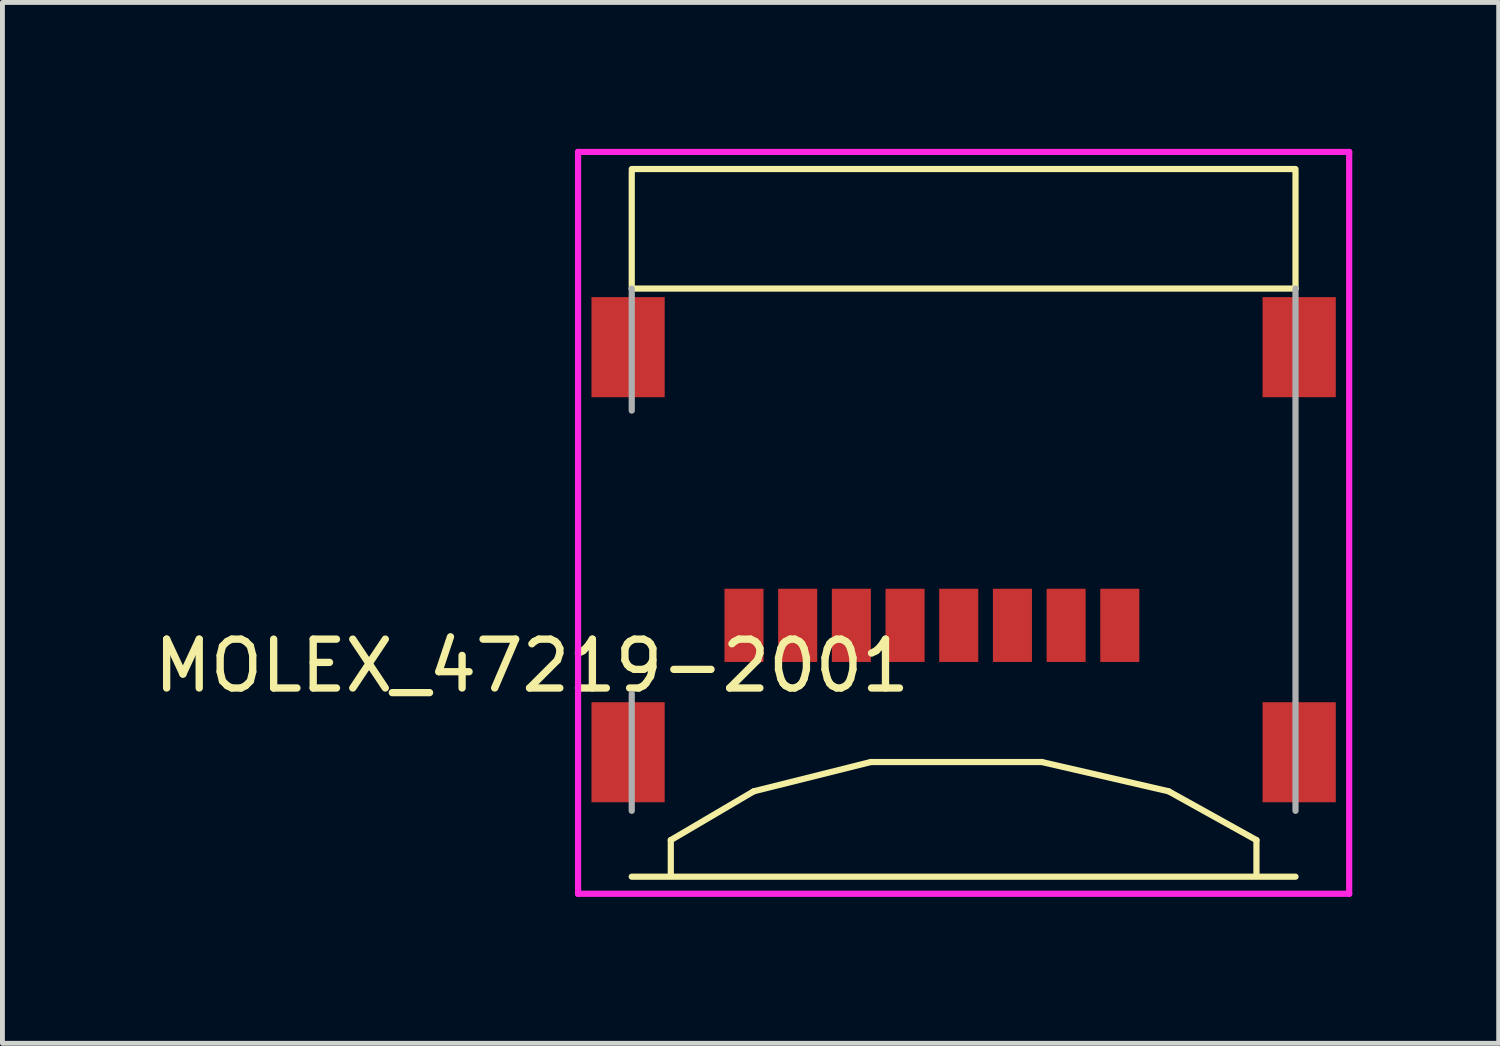
<source format=kicad_pcb>
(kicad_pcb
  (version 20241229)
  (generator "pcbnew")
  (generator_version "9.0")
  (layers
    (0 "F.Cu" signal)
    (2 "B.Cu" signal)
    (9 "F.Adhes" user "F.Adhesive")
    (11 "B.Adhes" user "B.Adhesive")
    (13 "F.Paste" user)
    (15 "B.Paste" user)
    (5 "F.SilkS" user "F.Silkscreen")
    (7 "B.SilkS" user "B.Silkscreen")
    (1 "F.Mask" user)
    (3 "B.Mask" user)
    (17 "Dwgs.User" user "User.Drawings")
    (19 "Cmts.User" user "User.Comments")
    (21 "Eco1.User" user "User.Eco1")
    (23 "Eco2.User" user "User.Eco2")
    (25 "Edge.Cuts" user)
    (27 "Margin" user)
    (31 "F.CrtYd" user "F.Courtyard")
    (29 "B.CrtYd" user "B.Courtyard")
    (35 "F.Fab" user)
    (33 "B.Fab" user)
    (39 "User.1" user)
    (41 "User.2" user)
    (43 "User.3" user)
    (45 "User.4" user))
  (footprint "MOLEX_47219-2001"
    (layer "F.Cu")
    (at 16.694 7.663)
    (property "Reference" "MOLEX_47219-2001" (at -8.846 2.928 180) (layer "F.SilkS") (effects (font (size 1.001 1.001) (thickness 0.15))))
    (attr smd)
    (fp_line (start -6.8 -7.25) (end 6.8 -7.25) (stroke (width 0.127) (type solid)) (layer "F.SilkS"))
    (fp_line (start -6.8 -7.2) (end -6.8 -4.8) (stroke (width 0.127) (type solid)) (layer "F.SilkS"))
    (fp_line (start -6.8 -4.8) (end 6.8 -4.8) (stroke (width 0.127) (type solid)) (layer "F.SilkS"))
    (fp_line (start -6.8 7.25) (end 6.8 7.25) (stroke (width 0.127) (type solid)) (layer "F.SilkS"))
    (fp_line (start -6 6.5) (end -4.3 5.5) (stroke (width 0.127) (type solid)) (layer "F.SilkS"))
    (fp_line (start -6 7.2) (end -6 6.5) (stroke (width 0.127) (type solid)) (layer "F.SilkS"))
    (fp_line (start -4.3 5.5) (end -1.9 4.9) (stroke (width 0.127) (type solid)) (layer "F.SilkS"))
    (fp_line (start -1.9 4.9) (end 1.6 4.9) (stroke (width 0.127) (type solid)) (layer "F.SilkS"))
    (fp_line (start 1.6 4.9) (end 4.2 5.5) (stroke (width 0.127) (type solid)) (layer "F.SilkS"))
    (fp_line (start 4.2 5.5) (end 6 6.5) (stroke (width 0.127) (type solid)) (layer "F.SilkS"))
    (fp_line (start 6 7.2) (end 6 6.5) (stroke (width 0.127) (type solid)) (layer "F.SilkS"))
    (fp_line (start 6.8 -7.2) (end 6.8 -4.8) (stroke (width 0.127) (type solid)) (layer "F.SilkS"))
    (fp_line (start -7.9 -7.6) (end 7.9 -7.6) (stroke (width 0.127) (type solid)) (layer "F.CrtYd"))
    (fp_line (start -7.9 7.6) (end -7.9 -7.6) (stroke (width 0.127) (type solid)) (layer "F.CrtYd"))
    (fp_line (start 7.9 -7.6) (end 7.9 7.6) (stroke (width 0.127) (type solid)) (layer "F.CrtYd"))
    (fp_line (start 7.9 7.6) (end -7.9 7.6) (stroke (width 0.127) (type solid)) (layer "F.CrtYd"))
    (fp_line (start -6.8 -2.3) (end -6.8 -4.8) (stroke (width 0.127) (type solid)) (layer "F.Fab"))
    (fp_line (start -6.8 5.9) (end -6.8 3.5) (stroke (width 0.127) (type solid)) (layer "F.Fab"))
    (fp_line (start 6.8 -4.8) (end 6.8 5.9) (stroke (width 0.127) (type solid)) (layer "F.Fab"))
    (pad "1" smd rect (at 3.2 2.1) (size 0.8 1.5) (layers "F.Cu" "F.Mask" "F.Paste"))
    (pad "2" smd rect (at 2.1 2.1) (size 0.8 1.5) (layers "F.Cu" "F.Mask" "F.Paste"))
    (pad "3" smd rect (at 1 2.1) (size 0.8 1.5) (layers "F.Cu" "F.Mask" "F.Paste"))
    (pad "4" smd rect (at -0.1 2.1) (size 0.8 1.5) (layers "F.Cu" "F.Mask" "F.Paste"))
    (pad "5" smd rect (at -1.2 2.1) (size 0.8 1.5) (layers "F.Cu" "F.Mask" "F.Paste"))
    (pad "6" smd rect (at -2.3 2.1) (size 0.8 1.5) (layers "F.Cu" "F.Mask" "F.Paste"))
    (pad "7" smd rect (at -3.4 2.1) (size 0.8 1.5) (layers "F.Cu" "F.Mask" "F.Paste"))
    (pad "8" smd rect (at -4.5 2.1) (size 0.8 1.5) (layers "F.Cu" "F.Mask" "F.Paste"))
    (pad "G1" smd rect (at 6.875 4.7) (size 1.5 2.05) (layers "F.Cu" "F.Mask" "F.Paste"))
    (pad "G2" smd rect (at 6.875 -3.6) (size 1.5 2.05) (layers "F.Cu" "F.Mask" "F.Paste"))
    (pad "G3" smd rect (at -6.875 -3.6) (size 1.5 2.05) (layers "F.Cu" "F.Mask" "F.Paste"))
    (pad "G4" smd rect (at -6.875 4.7) (size 1.5 2.05) (layers "F.Cu" "F.Mask" "F.Paste")))
  (gr_rect
    (start -3 -3)
    (end 27.657 18.327)
    (stroke (width 0.1) (type default))
    (fill no)
    (layer "Edge.Cuts")))
</source>
